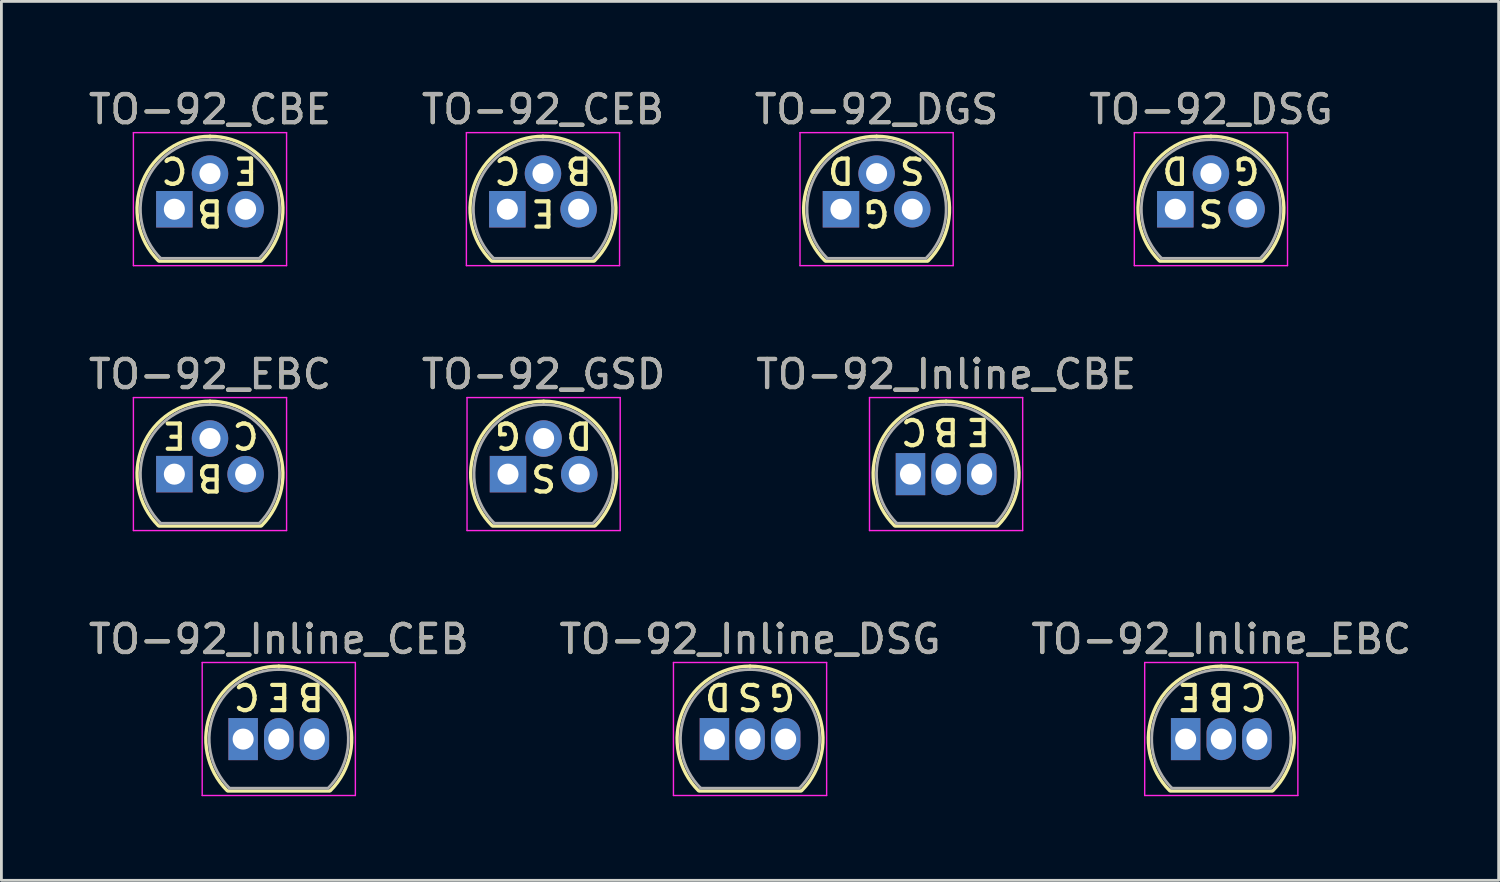
<source format=kicad_pcb>
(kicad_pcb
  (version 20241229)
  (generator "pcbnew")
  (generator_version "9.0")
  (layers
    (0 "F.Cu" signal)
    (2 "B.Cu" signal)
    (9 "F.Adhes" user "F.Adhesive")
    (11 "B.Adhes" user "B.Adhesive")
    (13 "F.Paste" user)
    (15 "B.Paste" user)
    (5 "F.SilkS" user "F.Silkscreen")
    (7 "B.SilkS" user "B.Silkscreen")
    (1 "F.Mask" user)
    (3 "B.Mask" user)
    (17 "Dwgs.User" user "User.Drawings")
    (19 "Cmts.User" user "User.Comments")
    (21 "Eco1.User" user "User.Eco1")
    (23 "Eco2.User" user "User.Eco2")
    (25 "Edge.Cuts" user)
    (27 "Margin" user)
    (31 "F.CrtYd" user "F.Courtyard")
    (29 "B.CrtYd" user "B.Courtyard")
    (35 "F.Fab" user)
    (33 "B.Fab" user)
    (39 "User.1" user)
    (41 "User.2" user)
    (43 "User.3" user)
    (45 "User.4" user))
  (footprint "TO-92_Inline_CEB"
    (layer "F.Cu")
    (at 5.617 23.295)
    (property "Reference" "TO-92_Inline_CEB" (at 1.27 -3.56 0) (layer "F.SilkS") (effects (font (size 1 1) (thickness 0.15))))
    (fp_line (start -0.53 1.85) (end 3.07 1.85) (stroke (width 0.12) (type solid)) (layer "F.SilkS"))
    (fp_arc (start -0.568478 1.838478) (mid -1.132087 -0.994977) (end 1.27 -2.6) (stroke (width 0.12) (type solid)) (layer "F.SilkS"))
    (fp_arc (start 1.27 -2.6) (mid 3.672087 -0.994977) (end 3.108478 1.838478) (stroke (width 0.12) (type solid)) (layer "F.SilkS"))
    (fp_line (start -1.46 -2.73) (end -1.46 2.01) (stroke (width 0.05) (type solid)) (layer "F.CrtYd"))
    (fp_line (start -1.46 -2.73) (end 4 -2.73) (stroke (width 0.05) (type solid)) (layer "F.CrtYd"))
    (fp_line (start 4 2.01) (end -1.46 2.01) (stroke (width 0.05) (type solid)) (layer "F.CrtYd"))
    (fp_line (start 4 2.01) (end 4 -2.73) (stroke (width 0.05) (type solid)) (layer "F.CrtYd"))
    (fp_line (start -0.5 1.75) (end 3 1.75) (stroke (width 0.1) (type solid)) (layer "F.Fab"))
    (fp_arc (start -0.483625 1.753625) (mid -1.021221 -0.949055) (end 1.27 -2.48) (stroke (width 0.1) (type solid)) (layer "F.Fab"))
    (fp_arc (start 1.27 -2.48) (mid 3.561221 -0.949055) (end 3.023625 1.753625) (stroke (width 0.1) (type solid)) (layer "F.Fab"))
    (fp_text user "C" (at 0.127 -1.524 180) (unlocked yes) (layer "F.SilkS") (effects (font (size 0.9 0.9) (thickness 0.15))))
    (fp_text user "B" (at 2.413 -1.524 180) (unlocked yes) (layer "F.SilkS") (effects (font (size 0.9 0.9) (thickness 0.15))))
    (fp_text user "E" (at 1.27 -1.524 180) (unlocked yes) (layer "F.SilkS") (effects (font (size 0.9 0.9) (thickness 0.15))))
    (fp_text user "${REFERENCE}" (at 1.27 -3.56 0) (layer "F.Fab") (effects (font (size 1 1) (thickness 0.15))))
    (pad "1" thru_hole rect (at 0 0) (size 1.05 1.5) (drill 0.75) (layers "*.Cu" "*.Mask"))
    (pad "2" thru_hole oval (at 1.27 0) (size 1.05 1.5) (drill 0.75) (layers "*.Cu" "*.Mask"))
    (pad "3" thru_hole oval (at 2.54 0) (size 1.05 1.5) (drill 0.75) (layers "*.Cu" "*.Mask")))
  (footprint "TO-92_CBE"
    (layer "F.Cu")
    (at 3.165 4.408)
    (property "Reference" "TO-92_CBE" (at 1.27 -3.56 0) (layer "F.SilkS") (effects (font (size 1 1) (thickness 0.15))))
    (fp_line (start -0.53 1.85) (end 3.07 1.85) (stroke (width 0.12) (type solid)) (layer "F.SilkS"))
    (fp_arc (start -0.568478 1.838478) (mid -1.132087 -0.994977) (end 1.27 -2.6) (stroke (width 0.12) (type solid)) (layer "F.SilkS"))
    (fp_arc (start 1.27 -2.6) (mid 3.672087 -0.994977) (end 3.108478 1.838478) (stroke (width 0.12) (type solid)) (layer "F.SilkS"))
    (fp_line (start -1.46 -2.73) (end -1.46 2.01) (stroke (width 0.05) (type solid)) (layer "F.CrtYd"))
    (fp_line (start -1.46 -2.73) (end 4 -2.73) (stroke (width 0.05) (type solid)) (layer "F.CrtYd"))
    (fp_line (start 4 2.01) (end -1.46 2.01) (stroke (width 0.05) (type solid)) (layer "F.CrtYd"))
    (fp_line (start 4 2.01) (end 4 -2.73) (stroke (width 0.05) (type solid)) (layer "F.CrtYd"))
    (fp_line (start -0.5 1.75) (end 3 1.75) (stroke (width 0.1) (type solid)) (layer "F.Fab"))
    (fp_arc (start -0.483625 1.753625) (mid -1.021221 -0.949055) (end 1.27 -2.48) (stroke (width 0.1) (type solid)) (layer "F.Fab"))
    (fp_arc (start 1.27 -2.48) (mid 3.561221 -0.949055) (end 3.023625 1.753625) (stroke (width 0.1) (type solid)) (layer "F.Fab"))
    (fp_text user "C" (at 0 -1.397 180) (unlocked yes) (layer "F.SilkS") (effects (font (size 0.9 0.9) (thickness 0.15))))
    (fp_text user "B" (at 1.27 0.127 180) (unlocked yes) (layer "F.SilkS") (effects (font (size 0.9 0.9) (thickness 0.15))))
    (fp_text user "E" (at 2.54 -1.397 180) (unlocked yes) (layer "F.SilkS") (effects (font (size 0.9 0.9) (thickness 0.15))))
    (fp_text user "${REFERENCE}" (at 1.27 -3.56 0) (layer "F.Fab") (effects (font (size 1 1) (thickness 0.15))))
    (pad "1" thru_hole rect (at 0 0 90) (size 1.3 1.3) (drill 0.75) (layers "*.Cu" "*.Mask"))
    (pad "2" thru_hole circle (at 1.27 -1.27 90) (size 1.3 1.3) (drill 0.75) (layers "*.Cu" "*.Mask"))
    (pad "3" thru_hole circle (at 2.54 0 90) (size 1.3 1.3) (drill 0.75) (layers "*.Cu" "*.Mask")))
  (footprint "TO-92_Inline_CBE"
    (layer "F.Cu")
    (at 29.403 13.851)
    (property "Reference" "TO-92_Inline_CBE" (at 1.27 -3.56 0) (layer "F.SilkS") (effects (font (size 1 1) (thickness 0.15))))
    (fp_line (start -0.53 1.85) (end 3.07 1.85) (stroke (width 0.12) (type solid)) (layer "F.SilkS"))
    (fp_arc (start -0.568478 1.838478) (mid -1.132087 -0.994977) (end 1.27 -2.6) (stroke (width 0.12) (type solid)) (layer "F.SilkS"))
    (fp_arc (start 1.27 -2.6) (mid 3.672087 -0.994977) (end 3.108478 1.838478) (stroke (width 0.12) (type solid)) (layer "F.SilkS"))
    (fp_line (start -1.46 -2.73) (end -1.46 2.01) (stroke (width 0.05) (type solid)) (layer "F.CrtYd"))
    (fp_line (start -1.46 -2.73) (end 4 -2.73) (stroke (width 0.05) (type solid)) (layer "F.CrtYd"))
    (fp_line (start 4 2.01) (end -1.46 2.01) (stroke (width 0.05) (type solid)) (layer "F.CrtYd"))
    (fp_line (start 4 2.01) (end 4 -2.73) (stroke (width 0.05) (type solid)) (layer "F.CrtYd"))
    (fp_line (start -0.5 1.75) (end 3 1.75) (stroke (width 0.1) (type solid)) (layer "F.Fab"))
    (fp_arc (start -0.483625 1.753625) (mid -1.021221 -0.949055) (end 1.27 -2.48) (stroke (width 0.1) (type solid)) (layer "F.Fab"))
    (fp_arc (start 1.27 -2.48) (mid 3.561221 -0.949055) (end 3.023625 1.753625) (stroke (width 0.1) (type solid)) (layer "F.Fab"))
    (fp_text user "E" (at 2.413 -1.524 180) (unlocked yes) (layer "F.SilkS") (effects (font (size 0.9 0.9) (thickness 0.15))))
    (fp_text user "C" (at 0.127 -1.524 180) (unlocked yes) (layer "F.SilkS") (effects (font (size 0.9 0.9) (thickness 0.15))))
    (fp_text user "B" (at 1.27 -1.524 180) (unlocked yes) (layer "F.SilkS") (effects (font (size 0.9 0.9) (thickness 0.15))))
    (fp_text user "${REFERENCE}" (at 1.27 -3.56 0) (layer "F.Fab") (effects (font (size 1 1) (thickness 0.15))))
    (pad "1" thru_hole rect (at 0 0) (size 1.05 1.5) (drill 0.75) (layers "*.Cu" "*.Mask"))
    (pad "2" thru_hole oval (at 1.27 0) (size 1.05 1.5) (drill 0.75) (layers "*.Cu" "*.Mask"))
    (pad "3" thru_hole oval (at 2.54 0) (size 1.05 1.5) (drill 0.75) (layers "*.Cu" "*.Mask")))
  (footprint "TO-92_Inline_EBC"
    (layer "F.Cu")
    (at 39.212 23.295)
    (property "Reference" "TO-92_Inline_EBC" (at 1.27 -3.56 0) (layer "F.SilkS") (effects (font (size 1 1) (thickness 0.15))))
    (fp_line (start -0.53 1.85) (end 3.07 1.85) (stroke (width 0.12) (type solid)) (layer "F.SilkS"))
    (fp_arc (start -0.568478 1.838478) (mid -1.132087 -0.994977) (end 1.27 -2.6) (stroke (width 0.12) (type solid)) (layer "F.SilkS"))
    (fp_arc (start 1.27 -2.6) (mid 3.672087 -0.994977) (end 3.108478 1.838478) (stroke (width 0.12) (type solid)) (layer "F.SilkS"))
    (fp_line (start -1.46 -2.73) (end -1.46 2.01) (stroke (width 0.05) (type solid)) (layer "F.CrtYd"))
    (fp_line (start -1.46 -2.73) (end 4 -2.73) (stroke (width 0.05) (type solid)) (layer "F.CrtYd"))
    (fp_line (start 4 2.01) (end -1.46 2.01) (stroke (width 0.05) (type solid)) (layer "F.CrtYd"))
    (fp_line (start 4 2.01) (end 4 -2.73) (stroke (width 0.05) (type solid)) (layer "F.CrtYd"))
    (fp_line (start -0.5 1.75) (end 3 1.75) (stroke (width 0.1) (type solid)) (layer "F.Fab"))
    (fp_arc (start -0.483625 1.753625) (mid -1.021221 -0.949055) (end 1.27 -2.48) (stroke (width 0.1) (type solid)) (layer "F.Fab"))
    (fp_arc (start 1.27 -2.48) (mid 3.561221 -0.949055) (end 3.023625 1.753625) (stroke (width 0.1) (type solid)) (layer "F.Fab"))
    (fp_text user "B" (at 1.27 -1.524 180) (unlocked yes) (layer "F.SilkS") (effects (font (size 0.9 0.9) (thickness 0.15))))
    (fp_text user "E" (at 0.127 -1.524 180) (unlocked yes) (layer "F.SilkS") (effects (font (size 0.9 0.9) (thickness 0.15))))
    (fp_text user "C" (at 2.413 -1.524 180) (unlocked yes) (layer "F.SilkS") (effects (font (size 0.9 0.9) (thickness 0.15))))
    (fp_text user "${REFERENCE}" (at 1.27 -3.56 0) (layer "F.Fab") (effects (font (size 1 1) (thickness 0.15))))
    (pad "1" thru_hole rect (at 0 0) (size 1.05 1.5) (drill 0.75) (layers "*.Cu" "*.Mask"))
    (pad "2" thru_hole oval (at 1.27 0) (size 1.05 1.5) (drill 0.75) (layers "*.Cu" "*.Mask"))
    (pad "3" thru_hole oval (at 2.54 0) (size 1.05 1.5) (drill 0.75) (layers "*.Cu" "*.Mask")))
  (footprint "TO-92_Inline_DSG"
    (layer "F.Cu")
    (at 22.415 23.295)
    (property "Reference" "TO-92_Inline_DSG" (at 1.27 -3.56 0) (layer "F.SilkS") (effects (font (size 1 1) (thickness 0.15))))
    (fp_line (start -0.53 1.85) (end 3.07 1.85) (stroke (width 0.12) (type solid)) (layer "F.SilkS"))
    (fp_arc (start -0.568478 1.838478) (mid -1.132087 -0.994977) (end 1.27 -2.6) (stroke (width 0.12) (type solid)) (layer "F.SilkS"))
    (fp_arc (start 1.27 -2.6) (mid 3.672087 -0.994977) (end 3.108478 1.838478) (stroke (width 0.12) (type solid)) (layer "F.SilkS"))
    (fp_line (start -1.46 -2.73) (end -1.46 2.01) (stroke (width 0.05) (type solid)) (layer "F.CrtYd"))
    (fp_line (start -1.46 -2.73) (end 4 -2.73) (stroke (width 0.05) (type solid)) (layer "F.CrtYd"))
    (fp_line (start 4 2.01) (end -1.46 2.01) (stroke (width 0.05) (type solid)) (layer "F.CrtYd"))
    (fp_line (start 4 2.01) (end 4 -2.73) (stroke (width 0.05) (type solid)) (layer "F.CrtYd"))
    (fp_line (start -0.5 1.75) (end 3 1.75) (stroke (width 0.1) (type solid)) (layer "F.Fab"))
    (fp_arc (start -0.483625 1.753625) (mid -1.021221 -0.949055) (end 1.27 -2.48) (stroke (width 0.1) (type solid)) (layer "F.Fab"))
    (fp_arc (start 1.27 -2.48) (mid 3.561221 -0.949055) (end 3.023625 1.753625) (stroke (width 0.1) (type solid)) (layer "F.Fab"))
    (fp_text user "G" (at 2.413 -1.524 180) (unlocked yes) (layer "F.SilkS") (effects (font (size 0.9 0.9) (thickness 0.15))))
    (fp_text user "S" (at 1.27 -1.524 180) (unlocked yes) (layer "F.SilkS") (effects (font (size 0.9 0.9) (thickness 0.15))))
    (fp_text user "D" (at 0.127 -1.524 180) (unlocked yes) (layer "F.SilkS") (effects (font (size 0.9 0.9) (thickness 0.15))))
    (fp_text user "${REFERENCE}" (at 1.27 -3.56 0) (layer "F.Fab") (effects (font (size 1 1) (thickness 0.15))))
    (pad "1" thru_hole rect (at 0 0) (size 1.05 1.5) (drill 0.75) (layers "*.Cu" "*.Mask"))
    (pad "2" thru_hole oval (at 1.27 0) (size 1.05 1.5) (drill 0.75) (layers "*.Cu" "*.Mask"))
    (pad "3" thru_hole oval (at 2.54 0) (size 1.05 1.5) (drill 0.75) (layers "*.Cu" "*.Mask")))
  (footprint "TO-92_DGS"
    (layer "F.Cu")
    (at 26.926 4.408)
    (property "Reference" "TO-92_DGS" (at 1.27 -3.56 0) (layer "F.SilkS") (effects (font (size 1 1) (thickness 0.15))))
    (fp_line (start -0.53 1.85) (end 3.07 1.85) (stroke (width 0.12) (type solid)) (layer "F.SilkS"))
    (fp_arc (start -0.568478 1.838478) (mid -1.132087 -0.994977) (end 1.27 -2.6) (stroke (width 0.12) (type solid)) (layer "F.SilkS"))
    (fp_arc (start 1.27 -2.6) (mid 3.672087 -0.994977) (end 3.108478 1.838478) (stroke (width 0.12) (type solid)) (layer "F.SilkS"))
    (fp_line (start -1.46 -2.73) (end -1.46 2.01) (stroke (width 0.05) (type solid)) (layer "F.CrtYd"))
    (fp_line (start -1.46 -2.73) (end 4 -2.73) (stroke (width 0.05) (type solid)) (layer "F.CrtYd"))
    (fp_line (start 4 2.01) (end -1.46 2.01) (stroke (width 0.05) (type solid)) (layer "F.CrtYd"))
    (fp_line (start 4 2.01) (end 4 -2.73) (stroke (width 0.05) (type solid)) (layer "F.CrtYd"))
    (fp_line (start -0.5 1.75) (end 3 1.75) (stroke (width 0.1) (type solid)) (layer "F.Fab"))
    (fp_arc (start -0.483625 1.753625) (mid -1.021221 -0.949055) (end 1.27 -2.48) (stroke (width 0.1) (type solid)) (layer "F.Fab"))
    (fp_arc (start 1.27 -2.48) (mid 3.561221 -0.949055) (end 3.023625 1.753625) (stroke (width 0.1) (type solid)) (layer "F.Fab"))
    (fp_text user "G" (at 1.27 0.127 180) (unlocked yes) (layer "F.SilkS") (effects (font (size 0.9 0.9) (thickness 0.15))))
    (fp_text user "S" (at 2.54 -1.397 180) (unlocked yes) (layer "F.SilkS") (effects (font (size 0.9 0.9) (thickness 0.15))))
    (fp_text user "D" (at 0 -1.397 180) (unlocked yes) (layer "F.SilkS") (effects (font (size 0.9 0.9) (thickness 0.15))))
    (fp_text user "${REFERENCE}" (at 1.27 -3.56 0) (layer "F.Fab") (effects (font (size 1 1) (thickness 0.15))))
    (pad "1" thru_hole rect (at 0 0 90) (size 1.3 1.3) (drill 0.75) (layers "*.Cu" "*.Mask"))
    (pad "2" thru_hole circle (at 1.27 -1.27 90) (size 1.3 1.3) (drill 0.75) (layers "*.Cu" "*.Mask"))
    (pad "3" thru_hole circle (at 2.54 0 90) (size 1.3 1.3) (drill 0.75) (layers "*.Cu" "*.Mask")))
  (footprint "TO-92_DSG"
    (layer "F.Cu")
    (at 38.843 4.408)
    (property "Reference" "TO-92_DSG" (at 1.27 -3.56 0) (layer "F.SilkS") (effects (font (size 1 1) (thickness 0.15))))
    (fp_line (start -0.53 1.85) (end 3.07 1.85) (stroke (width 0.12) (type solid)) (layer "F.SilkS"))
    (fp_arc (start -0.568478 1.838478) (mid -1.132087 -0.994977) (end 1.27 -2.6) (stroke (width 0.12) (type solid)) (layer "F.SilkS"))
    (fp_arc (start 1.27 -2.6) (mid 3.672087 -0.994977) (end 3.108478 1.838478) (stroke (width 0.12) (type solid)) (layer "F.SilkS"))
    (fp_line (start -1.46 -2.73) (end -1.46 2.01) (stroke (width 0.05) (type solid)) (layer "F.CrtYd"))
    (fp_line (start -1.46 -2.73) (end 4 -2.73) (stroke (width 0.05) (type solid)) (layer "F.CrtYd"))
    (fp_line (start 4 2.01) (end -1.46 2.01) (stroke (width 0.05) (type solid)) (layer "F.CrtYd"))
    (fp_line (start 4 2.01) (end 4 -2.73) (stroke (width 0.05) (type solid)) (layer "F.CrtYd"))
    (fp_line (start -0.5 1.75) (end 3 1.75) (stroke (width 0.1) (type solid)) (layer "F.Fab"))
    (fp_arc (start -0.483625 1.753625) (mid -1.021221 -0.949055) (end 1.27 -2.48) (stroke (width 0.1) (type solid)) (layer "F.Fab"))
    (fp_arc (start 1.27 -2.48) (mid 3.561221 -0.949055) (end 3.023625 1.753625) (stroke (width 0.1) (type solid)) (layer "F.Fab"))
    (fp_text user "G" (at 2.54 -1.397 180) (unlocked yes) (layer "F.SilkS") (effects (font (size 0.9 0.9) (thickness 0.15))))
    (fp_text user "S" (at 1.27 0.127 180) (unlocked yes) (layer "F.SilkS") (effects (font (size 0.9 0.9) (thickness 0.15))))
    (fp_text user "D" (at 0 -1.397 180) (unlocked yes) (layer "F.SilkS") (effects (font (size 0.9 0.9) (thickness 0.15))))
    (fp_text user "${REFERENCE}" (at 1.27 -3.56 0) (layer "F.Fab") (effects (font (size 1 1) (thickness 0.15))))
    (pad "1" thru_hole rect (at 0 0 90) (size 1.3 1.3) (drill 0.75) (layers "*.Cu" "*.Mask"))
    (pad "2" thru_hole circle (at 1.27 -1.27 90) (size 1.3 1.3) (drill 0.75) (layers "*.Cu" "*.Mask"))
    (pad "3" thru_hole circle (at 2.54 0 90) (size 1.3 1.3) (drill 0.75) (layers "*.Cu" "*.Mask")))
  (footprint "TO-92_GSD"
    (layer "F.Cu")
    (at 15.057 13.851)
    (property "Reference" "TO-92_GSD" (at 1.27 -3.56 0) (layer "F.SilkS") (effects (font (size 1 1) (thickness 0.15))))
    (fp_line (start -0.53 1.85) (end 3.07 1.85) (stroke (width 0.12) (type solid)) (layer "F.SilkS"))
    (fp_arc (start -0.568478 1.838478) (mid -1.132087 -0.994977) (end 1.27 -2.6) (stroke (width 0.12) (type solid)) (layer "F.SilkS"))
    (fp_arc (start 1.27 -2.6) (mid 3.672087 -0.994977) (end 3.108478 1.838478) (stroke (width 0.12) (type solid)) (layer "F.SilkS"))
    (fp_line (start -1.46 -2.73) (end -1.46 2.01) (stroke (width 0.05) (type solid)) (layer "F.CrtYd"))
    (fp_line (start -1.46 -2.73) (end 4 -2.73) (stroke (width 0.05) (type solid)) (layer "F.CrtYd"))
    (fp_line (start 4 2.01) (end -1.46 2.01) (stroke (width 0.05) (type solid)) (layer "F.CrtYd"))
    (fp_line (start 4 2.01) (end 4 -2.73) (stroke (width 0.05) (type solid)) (layer "F.CrtYd"))
    (fp_line (start -0.5 1.75) (end 3 1.75) (stroke (width 0.1) (type solid)) (layer "F.Fab"))
    (fp_arc (start -0.483625 1.753625) (mid -1.021221 -0.949055) (end 1.27 -2.48) (stroke (width 0.1) (type solid)) (layer "F.Fab"))
    (fp_arc (start 1.27 -2.48) (mid 3.561221 -0.949055) (end 3.023625 1.753625) (stroke (width 0.1) (type solid)) (layer "F.Fab"))
    (fp_text user "S" (at 1.27 0.127 180) (unlocked yes) (layer "F.SilkS") (effects (font (size 0.9 0.9) (thickness 0.15))))
    (fp_text user "G" (at 0 -1.397 180) (unlocked yes) (layer "F.SilkS") (effects (font (size 0.9 0.9) (thickness 0.15))))
    (fp_text user "D" (at 2.54 -1.397 180) (unlocked yes) (layer "F.SilkS") (effects (font (size 0.9 0.9) (thickness 0.15))))
    (fp_text user "${REFERENCE}" (at 1.27 -3.56 0) (layer "F.Fab") (effects (font (size 1 1) (thickness 0.15))))
    (pad "1" thru_hole rect (at 0 0 90) (size 1.3 1.3) (drill 0.75) (layers "*.Cu" "*.Mask"))
    (pad "2" thru_hole circle (at 1.27 -1.27 90) (size 1.3 1.3) (drill 0.75) (layers "*.Cu" "*.Mask"))
    (pad "3" thru_hole circle (at 2.54 0 90) (size 1.3 1.3) (drill 0.75) (layers "*.Cu" "*.Mask")))
  (footprint "TO-92_EBC"
    (layer "F.Cu")
    (at 3.165 13.851)
    (property "Reference" "TO-92_EBC" (at 1.27 -3.56 0) (layer "F.SilkS") (effects (font (size 1 1) (thickness 0.15))))
    (fp_line (start -0.53 1.85) (end 3.07 1.85) (stroke (width 0.12) (type solid)) (layer "F.SilkS"))
    (fp_arc (start -0.568478 1.838478) (mid -1.132087 -0.994977) (end 1.27 -2.6) (stroke (width 0.12) (type solid)) (layer "F.SilkS"))
    (fp_arc (start 1.27 -2.6) (mid 3.672087 -0.994977) (end 3.108478 1.838478) (stroke (width 0.12) (type solid)) (layer "F.SilkS"))
    (fp_line (start -1.46 -2.73) (end -1.46 2.01) (stroke (width 0.05) (type solid)) (layer "F.CrtYd"))
    (fp_line (start -1.46 -2.73) (end 4 -2.73) (stroke (width 0.05) (type solid)) (layer "F.CrtYd"))
    (fp_line (start 4 2.01) (end -1.46 2.01) (stroke (width 0.05) (type solid)) (layer "F.CrtYd"))
    (fp_line (start 4 2.01) (end 4 -2.73) (stroke (width 0.05) (type solid)) (layer "F.CrtYd"))
    (fp_line (start -0.5 1.75) (end 3 1.75) (stroke (width 0.1) (type solid)) (layer "F.Fab"))
    (fp_arc (start -0.483625 1.753625) (mid -1.021221 -0.949055) (end 1.27 -2.48) (stroke (width 0.1) (type solid)) (layer "F.Fab"))
    (fp_arc (start 1.27 -2.48) (mid 3.561221 -0.949055) (end 3.023625 1.753625) (stroke (width 0.1) (type solid)) (layer "F.Fab"))
    (fp_text user "E" (at 0 -1.397 180) (unlocked yes) (layer "F.SilkS") (effects (font (size 0.9 0.9) (thickness 0.15))))
    (fp_text user "B" (at 1.27 0.127 180) (unlocked yes) (layer "F.SilkS") (effects (font (size 0.9 0.9) (thickness 0.15))))
    (fp_text user "C" (at 2.54 -1.397 180) (unlocked yes) (layer "F.SilkS") (effects (font (size 0.9 0.9) (thickness 0.15))))
    (fp_text user "${REFERENCE}" (at 1.27 -3.56 0) (layer "F.Fab") (effects (font (size 1 1) (thickness 0.15))))
    (pad "1" thru_hole rect (at 0 0 90) (size 1.3 1.3) (drill 0.75) (layers "*.Cu" "*.Mask"))
    (pad "2" thru_hole circle (at 1.27 -1.27 90) (size 1.3 1.3) (drill 0.75) (layers "*.Cu" "*.Mask"))
    (pad "3" thru_hole circle (at 2.54 0 90) (size 1.3 1.3) (drill 0.75) (layers "*.Cu" "*.Mask")))
  (footprint "TO-92_CEB"
    (layer "F.Cu")
    (at 15.034 4.408)
    (property "Reference" "TO-92_CEB" (at 1.27 -3.56 0) (layer "F.SilkS") (effects (font (size 1 1) (thickness 0.15))))
    (fp_line (start -0.53 1.85) (end 3.07 1.85) (stroke (width 0.12) (type solid)) (layer "F.SilkS"))
    (fp_arc (start -0.568478 1.838478) (mid -1.132087 -0.994977) (end 1.27 -2.6) (stroke (width 0.12) (type solid)) (layer "F.SilkS"))
    (fp_arc (start 1.27 -2.6) (mid 3.672087 -0.994977) (end 3.108478 1.838478) (stroke (width 0.12) (type solid)) (layer "F.SilkS"))
    (fp_line (start -1.46 -2.73) (end -1.46 2.01) (stroke (width 0.05) (type solid)) (layer "F.CrtYd"))
    (fp_line (start -1.46 -2.73) (end 4 -2.73) (stroke (width 0.05) (type solid)) (layer "F.CrtYd"))
    (fp_line (start 4 2.01) (end -1.46 2.01) (stroke (width 0.05) (type solid)) (layer "F.CrtYd"))
    (fp_line (start 4 2.01) (end 4 -2.73) (stroke (width 0.05) (type solid)) (layer "F.CrtYd"))
    (fp_line (start -0.5 1.75) (end 3 1.75) (stroke (width 0.1) (type solid)) (layer "F.Fab"))
    (fp_arc (start -0.483625 1.753625) (mid -1.021221 -0.949055) (end 1.27 -2.48) (stroke (width 0.1) (type solid)) (layer "F.Fab"))
    (fp_arc (start 1.27 -2.48) (mid 3.561221 -0.949055) (end 3.023625 1.753625) (stroke (width 0.1) (type solid)) (layer "F.Fab"))
    (fp_text user "B" (at 2.54 -1.397 180) (unlocked yes) (layer "F.SilkS") (effects (font (size 0.9 0.9) (thickness 0.15))))
    (fp_text user "C" (at 0 -1.397 180) (unlocked yes) (layer "F.SilkS") (effects (font (size 0.9 0.9) (thickness 0.15))))
    (fp_text user "E" (at 1.27 0.127 180) (unlocked yes) (layer "F.SilkS") (effects (font (size 0.9 0.9) (thickness 0.15))))
    (fp_text user "${REFERENCE}" (at 1.27 -3.56 0) (layer "F.Fab") (effects (font (size 1 1) (thickness 0.15))))
    (pad "1" thru_hole rect (at 0 0 90) (size 1.3 1.3) (drill 0.75) (layers "*.Cu" "*.Mask"))
    (pad "2" thru_hole circle (at 1.27 -1.27 90) (size 1.3 1.3) (drill 0.75) (layers "*.Cu" "*.Mask"))
    (pad "3" thru_hole circle (at 2.54 0 90) (size 1.3 1.3) (drill 0.75) (layers "*.Cu" "*.Mask")))
  (gr_rect
    (start -3 -3)
    (end 50.369 28.33)
    (stroke (width 0.1) (type default))
    (fill no)
    (layer "Edge.Cuts")))
</source>
